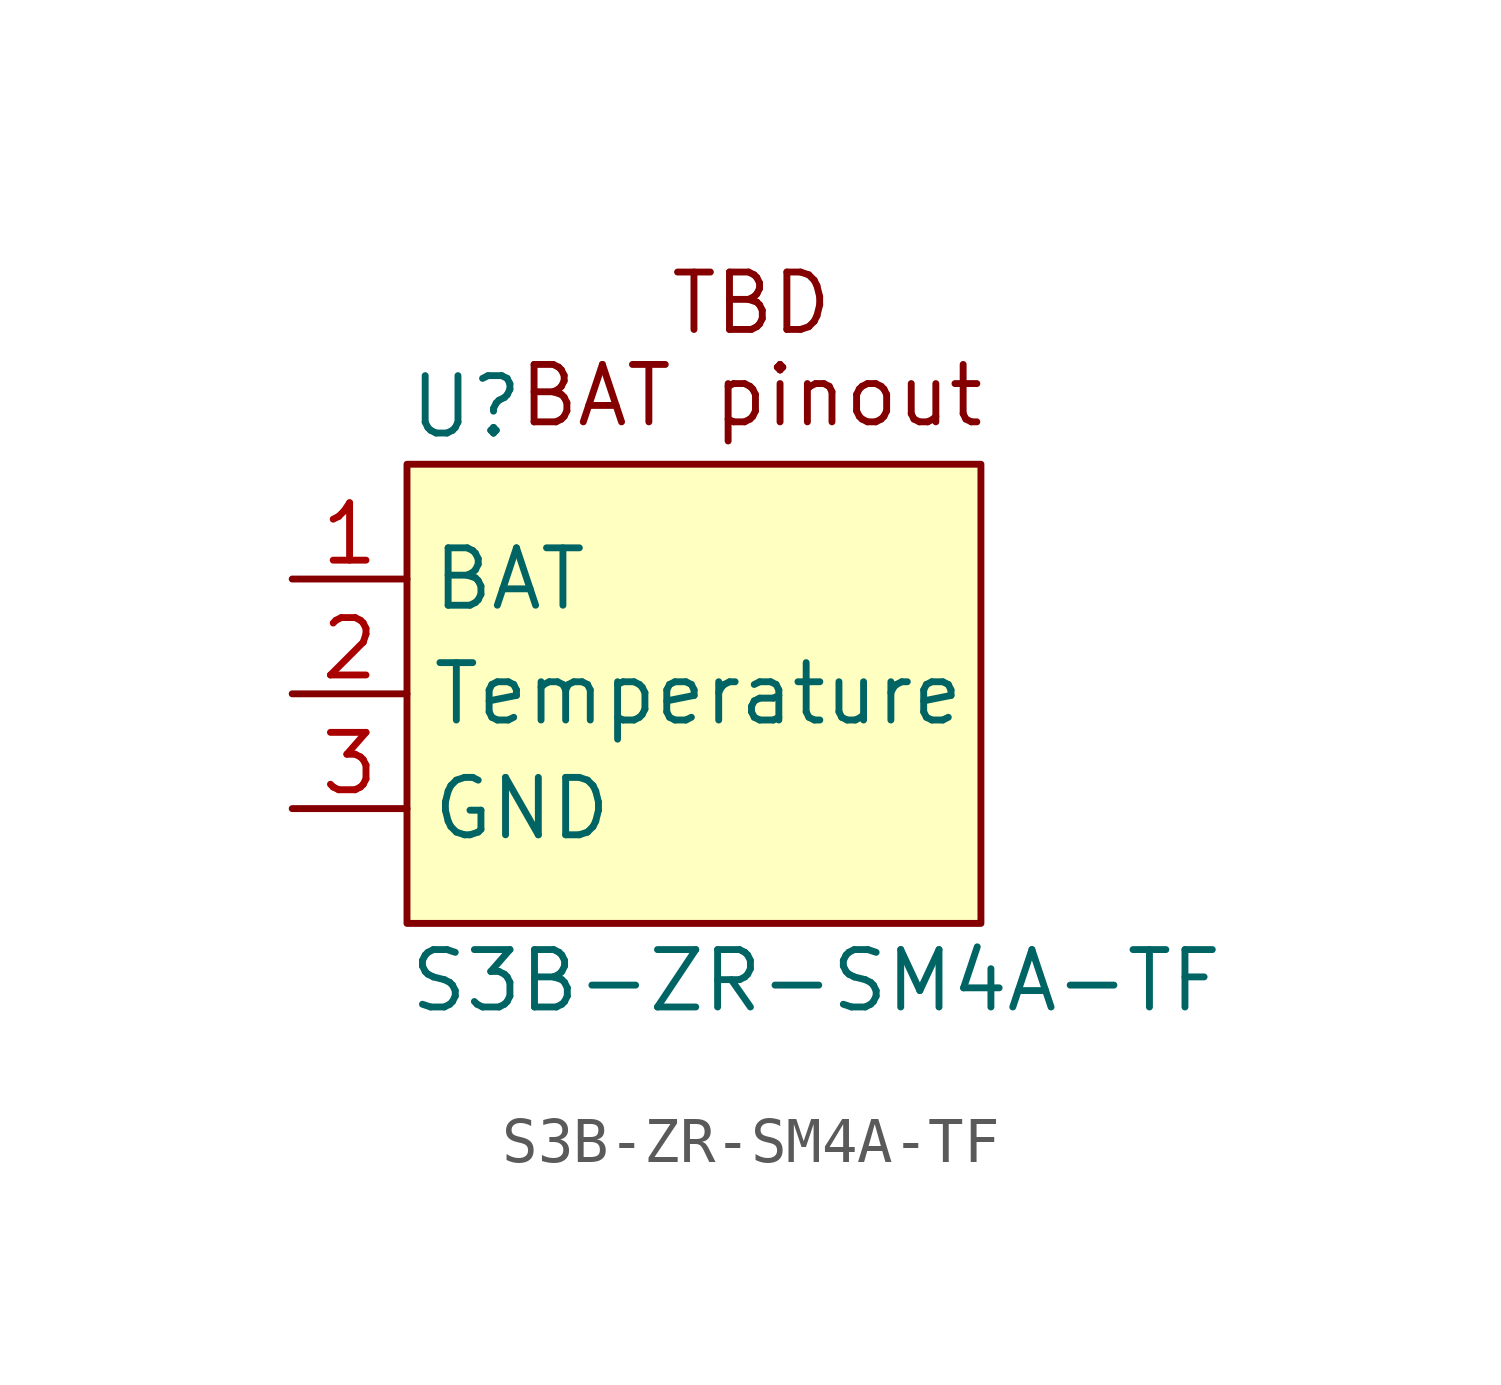
<source format=kicad_sym>
(kicad_symbol_lib
  (version 20231120)
  (generator "kicad_symbol_editor")
  (generator_version "8.0")
  (symbol "S3B-ZR-SM4A-TF"
    (property "Reference" "U"
      (at 0 1.27 0)
      (effects (font (size 1.27 1.27)) (justify left)))
    (property "Value" "S3B-ZR-SM4A-TF"
      (at 0 -11.43 0)
      (do_not_autoplace)
      (effects (font (size 1.27 1.27)) (justify left)))
    (symbol "S3B-ZR-SM4A-TF_1_1"
      (rectangle (start 0 0) (end 12.7 -10.16) (stroke (width 0) (type default)) (fill (type background)))
      (text "TBD\nBAT pinout" (at 7.62 2.54 0) (effects (font (size 1.27 1.27))))
      (pin unspecified line (at -2.54 -2.54 0) (length 2.54) (name "BAT" (effects (font (size 1.27 1.27)))) (number "1" (effects (font (size 1.27 1.27)))))
      (pin unspecified line (at -2.54 -5.08 0) (length 2.54) (name "Temperature" (effects (font (size 1.27 1.27)))) (number "2" (effects (font (size 1.27 1.27)))))
      (pin unspecified line (at -2.54 -7.62 0) (length 2.54) (name "GND" (effects (font (size 1.27 1.27)))) (number "3" (effects (font (size 1.27 1.27))))))))
</source>
